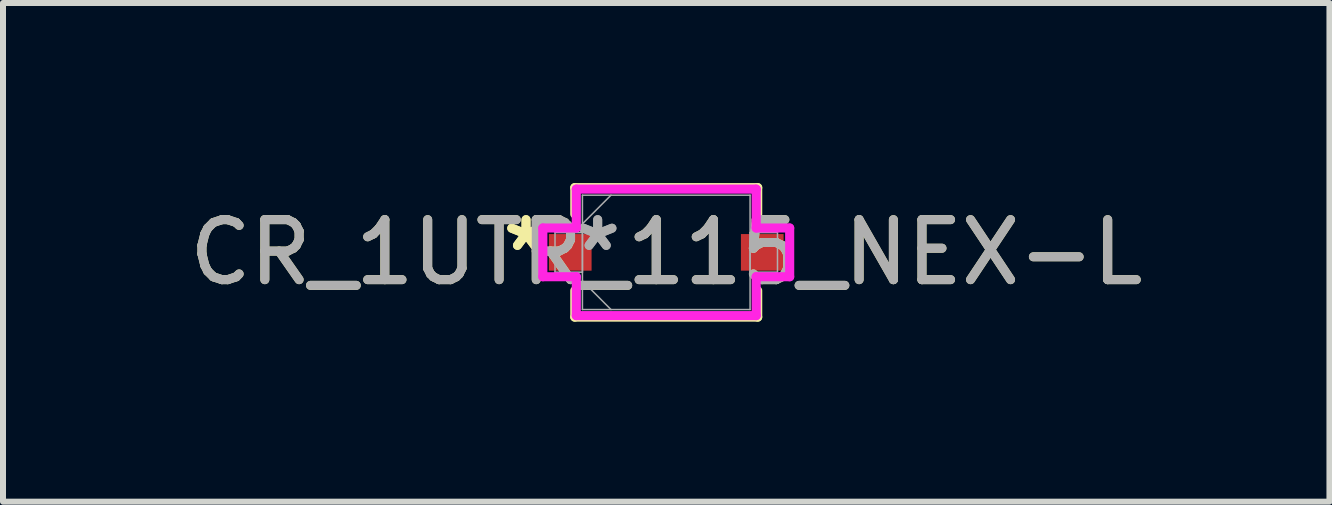
<source format=kicad_pcb>
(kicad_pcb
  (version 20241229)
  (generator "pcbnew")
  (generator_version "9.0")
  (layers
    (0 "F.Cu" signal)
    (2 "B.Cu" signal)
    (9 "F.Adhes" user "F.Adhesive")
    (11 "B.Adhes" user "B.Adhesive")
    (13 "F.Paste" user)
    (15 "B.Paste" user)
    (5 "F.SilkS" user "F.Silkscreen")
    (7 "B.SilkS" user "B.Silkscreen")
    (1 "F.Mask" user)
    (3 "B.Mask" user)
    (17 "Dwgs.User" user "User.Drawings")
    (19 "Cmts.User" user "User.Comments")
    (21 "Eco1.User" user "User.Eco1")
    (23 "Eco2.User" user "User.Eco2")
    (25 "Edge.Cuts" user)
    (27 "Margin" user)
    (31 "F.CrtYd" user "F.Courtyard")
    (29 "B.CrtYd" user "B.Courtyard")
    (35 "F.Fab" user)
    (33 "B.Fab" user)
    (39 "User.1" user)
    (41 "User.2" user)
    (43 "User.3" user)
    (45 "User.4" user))
  (footprint "CR_1UTR_115_NEX-L"
    (layer "F.Cu")
    (at 8.054 1.156)
    (property "Reference" "CR_1UTR_115_NEX-L" (at 0 0 0) (unlocked yes) (layer "F.SilkS") (effects (font (size 1 1) (thickness 0.15))))
    (attr smd)
    (fp_line (start -1.524 -1.079) (end -1.524 -0.638) (stroke (width 0.152) (type solid)) (layer "F.SilkS"))
    (fp_line (start -1.524 0.638) (end -1.524 1.079) (stroke (width 0.152) (type solid)) (layer "F.SilkS"))
    (fp_line (start -1.524 1.079) (end 1.524 1.079) (stroke (width 0.152) (type solid)) (layer "F.SilkS"))
    (fp_line (start 1.524 -1.079) (end -1.524 -1.079) (stroke (width 0.152) (type solid)) (layer "F.SilkS"))
    (fp_line (start 1.524 -0.638) (end 1.524 -1.079) (stroke (width 0.152) (type solid)) (layer "F.SilkS"))
    (fp_line (start 1.524 1.079) (end 1.524 0.638) (stroke (width 0.152) (type solid)) (layer "F.SilkS"))
    (fp_line (start -2.057 -0.406) (end -1.499 -0.406) (stroke (width 0.152) (type solid)) (layer "F.CrtYd"))
    (fp_line (start -2.057 0.406) (end -2.057 -0.406) (stroke (width 0.152) (type solid)) (layer "F.CrtYd"))
    (fp_line (start -1.499 -1.054) (end 1.499 -1.054) (stroke (width 0.152) (type solid)) (layer "F.CrtYd"))
    (fp_line (start -1.499 -0.406) (end -1.499 -1.054) (stroke (width 0.152) (type solid)) (layer "F.CrtYd"))
    (fp_line (start -1.499 0.406) (end -2.057 0.406) (stroke (width 0.152) (type solid)) (layer "F.CrtYd"))
    (fp_line (start -1.499 1.054) (end -1.499 0.406) (stroke (width 0.152) (type solid)) (layer "F.CrtYd"))
    (fp_line (start 1.499 -1.054) (end 1.499 -0.406) (stroke (width 0.152) (type solid)) (layer "F.CrtYd"))
    (fp_line (start 1.499 -0.406) (end 2.057 -0.406) (stroke (width 0.152) (type solid)) (layer "F.CrtYd"))
    (fp_line (start 1.499 0.406) (end 1.499 1.054) (stroke (width 0.152) (type solid)) (layer "F.CrtYd"))
    (fp_line (start 1.499 1.054) (end -1.499 1.054) (stroke (width 0.152) (type solid)) (layer "F.CrtYd"))
    (fp_line (start 2.057 -0.406) (end 2.057 0.406) (stroke (width 0.152) (type solid)) (layer "F.CrtYd"))
    (fp_line (start 2.057 0.406) (end 1.499 0.406) (stroke (width 0.152) (type solid)) (layer "F.CrtYd"))
    (fp_line (start -1.854 -0.33) (end -1.854 0.33) (stroke (width 0.025) (type solid)) (layer "F.Fab"))
    (fp_line (start -1.854 0.33) (end -1.397 0.33) (stroke (width 0.025) (type solid)) (layer "F.Fab"))
    (fp_line (start -1.397 -0.953) (end -1.397 0.953) (stroke (width 0.025) (type solid)) (layer "F.Fab"))
    (fp_line (start -1.397 -0.476) (end -0.921 -0.953) (stroke (width 0.025) (type solid)) (layer "F.Fab"))
    (fp_line (start -1.397 -0.33) (end -1.854 -0.33) (stroke (width 0.025) (type solid)) (layer "F.Fab"))
    (fp_line (start -1.397 0.33) (end -1.397 -0.33) (stroke (width 0.025) (type solid)) (layer "F.Fab"))
    (fp_line (start -1.397 0.476) (end -0.921 0.953) (stroke (width 0.025) (type solid)) (layer "F.Fab"))
    (fp_line (start -1.397 0.953) (end 1.397 0.953) (stroke (width 0.025) (type solid)) (layer "F.Fab"))
    (fp_line (start 1.397 -0.953) (end -1.397 -0.953) (stroke (width 0.025) (type solid)) (layer "F.Fab"))
    (fp_line (start 1.397 -0.33) (end 1.397 0.33) (stroke (width 0.025) (type solid)) (layer "F.Fab"))
    (fp_line (start 1.397 0.33) (end 1.854 0.33) (stroke (width 0.025) (type solid)) (layer "F.Fab"))
    (fp_line (start 1.397 0.953) (end 1.397 -0.953) (stroke (width 0.025) (type solid)) (layer "F.Fab"))
    (fp_line (start 1.854 -0.33) (end 1.397 -0.33) (stroke (width 0.025) (type solid)) (layer "F.Fab"))
    (fp_line (start 1.854 0.33) (end 1.854 -0.33) (stroke (width 0.025) (type solid)) (layer "F.Fab"))
    (fp_text user "*" (at -2.337 0 0) (unlocked yes) (layer "F.SilkS") (effects (font (size 1 1) (thickness 0.15))))
    (fp_text user "*" (at -2.337 0 0) (layer "F.SilkS") (effects (font (size 1 1) (thickness 0.15))))
    (fp_text user "${REFERENCE}" (at 0 0 0) (unlocked yes) (layer "F.Fab") (effects (font (size 1 1) (thickness 0.15))))
    (fp_text user "*" (at -1.143 0 0) (unlocked yes) (layer "F.Fab") (effects (font (size 1 1) (thickness 0.15))))
    (fp_text user "*" (at -1.143 0 0) (layer "F.Fab") (effects (font (size 1 1) (thickness 0.15))))
    (pad "1" smd rect (at -1.6 0) (size 0.711 0.61) (layers "F.Cu" "F.Mask" "F.Paste"))
    (pad "2" smd rect (at 1.6 0) (size 0.711 0.61) (layers "F.Cu" "F.Mask" "F.Paste"))
    (zone (net_name "") (layer "F.Cu") (hatch full 0.508) (connect_pads) (min_thickness 0.254) (filled_areas_thickness no) (keepout (tracks not_allowed) (vias not_allowed) (pads allowed) (copperpour not_allowed) (footprints allowed)) (placement (enabled no)) (fill) (polygon (pts (xy 6.86 0.254) (xy 9.247 0.254) (xy 9.247 2.057) (xy 6.86 2.057)))))
  (gr_rect
    (start -3 -3)
    (end 19.107 5.311)
    (stroke (width 0.1) (type default))
    (fill no)
    (layer "Edge.Cuts")))
</source>
